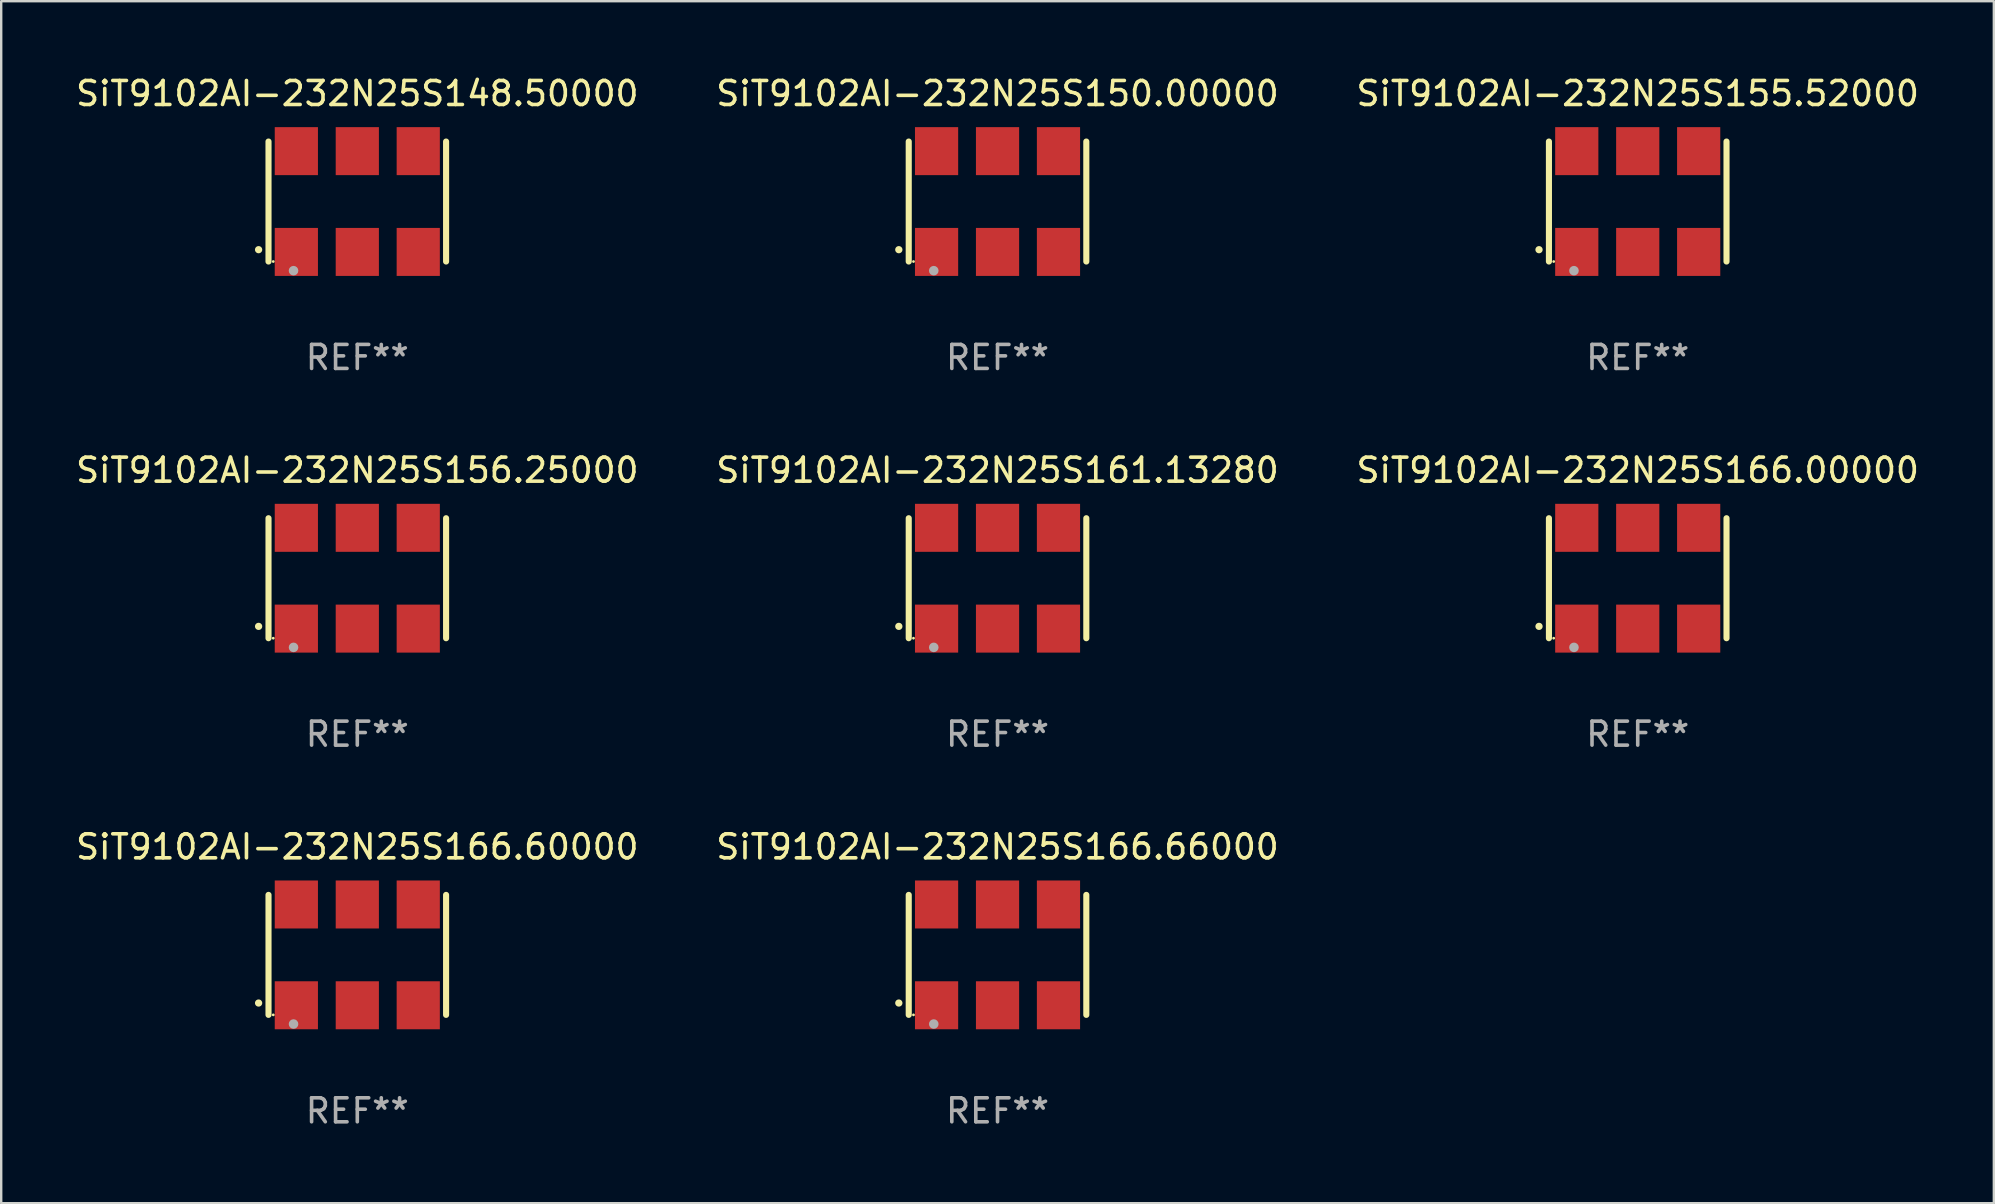
<source format=kicad_pcb>
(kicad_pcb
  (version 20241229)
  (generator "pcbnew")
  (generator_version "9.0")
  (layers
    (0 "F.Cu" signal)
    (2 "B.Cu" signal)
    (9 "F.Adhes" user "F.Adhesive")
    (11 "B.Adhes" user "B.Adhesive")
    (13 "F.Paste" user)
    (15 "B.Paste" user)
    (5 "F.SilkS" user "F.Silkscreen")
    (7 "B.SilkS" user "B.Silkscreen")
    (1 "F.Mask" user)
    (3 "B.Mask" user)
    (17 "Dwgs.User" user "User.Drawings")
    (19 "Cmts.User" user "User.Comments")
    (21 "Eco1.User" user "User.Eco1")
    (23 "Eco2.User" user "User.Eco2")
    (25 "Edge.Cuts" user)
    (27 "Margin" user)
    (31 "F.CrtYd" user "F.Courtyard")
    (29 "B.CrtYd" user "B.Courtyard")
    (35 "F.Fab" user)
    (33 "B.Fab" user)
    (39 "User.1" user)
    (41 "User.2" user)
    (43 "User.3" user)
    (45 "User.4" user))
  (footprint "SiT9102AI-232N25S161.13280"
    (layer "F.Cu")
    (at 38.518 21.045)
    (property "Reference" "SiT9102AI-232N25S161.13280" (at 0 -4.5 0) (layer "F.SilkS") (effects (font (size 1 1) (thickness 0.15))))
    (attr through_hole)
    (fp_line (start -3.7 -2.5) (end -3.7 2.5) (stroke (width 0.254) (type solid)) (layer "F.SilkS"))
    (fp_line (start 3.7 -2.5) (end 3.7 2.5) (stroke (width 0.254) (type solid)) (layer "F.SilkS"))
    (fp_arc (start -4.114415 2.006604) (mid -4.113145 2.006599) (end -4.111875 2.006604) (stroke (width 0.3) (type solid)) (layer "F.SilkS"))
    (fp_circle (center -3.502 2.5) (end -3.472 2.5) (stroke (width 0.06) (type solid)) (fill no) (layer "F.SilkS"))
    (fp_circle (center -2.657 2.882) (end -2.557 2.882) (stroke (width 0.2) (type solid)) (fill no) (layer "F.Fab"))
    (fp_text user "REF**" (at 0 6.5 0) (layer "F.Fab") (effects (font (size 1 1) (thickness 0.15))))
    (pad "1" smd rect (at -2.54 2.1) (size 1.8 2) (layers "F.Cu" "F.Mask" "F.Paste"))
    (pad "2" smd rect (at 0.000394 2.1) (size 1.8 2) (layers "F.Cu" "F.Mask" "F.Paste"))
    (pad "3" smd rect (at 2.54 2.1) (size 1.8 2) (layers "F.Cu" "F.Mask" "F.Paste"))
    (pad "4" smd rect (at 2.54 -2.1) (size 1.8 2) (layers "F.Cu" "F.Mask" "F.Paste"))
    (pad "5" smd rect (at 0.000394 -2.1) (size 1.8 2) (layers "F.Cu" "F.Mask" "F.Paste"))
    (pad "6" smd rect (at -2.54 -2.1) (size 1.8 2) (layers "F.Cu" "F.Mask" "F.Paste")))
  (footprint "SiT9102AI-232N25S148.50000"
    (layer "F.Cu")
    (at 11.839 5.348)
    (property "Reference" "SiT9102AI-232N25S148.50000" (at 0 -4.5 0) (layer "F.SilkS") (effects (font (size 1 1) (thickness 0.15))))
    (attr through_hole)
    (fp_line (start -3.7 -2.5) (end -3.7 2.5) (stroke (width 0.254) (type solid)) (layer "F.SilkS"))
    (fp_line (start 3.7 -2.5) (end 3.7 2.5) (stroke (width 0.254) (type solid)) (layer "F.SilkS"))
    (fp_arc (start -4.114415 2.006604) (mid -4.113145 2.006599) (end -4.111875 2.006604) (stroke (width 0.3) (type solid)) (layer "F.SilkS"))
    (fp_circle (center -3.502 2.5) (end -3.472 2.5) (stroke (width 0.06) (type solid)) (fill no) (layer "F.SilkS"))
    (fp_circle (center -2.657 2.882) (end -2.557 2.882) (stroke (width 0.2) (type solid)) (fill no) (layer "F.Fab"))
    (fp_text user "REF**" (at 0 6.5 0) (layer "F.Fab") (effects (font (size 1 1) (thickness 0.15))))
    (pad "1" smd rect (at -2.54 2.1) (size 1.8 2) (layers "F.Cu" "F.Mask" "F.Paste"))
    (pad "2" smd rect (at 0.000394 2.1) (size 1.8 2) (layers "F.Cu" "F.Mask" "F.Paste"))
    (pad "3" smd rect (at 2.54 2.1) (size 1.8 2) (layers "F.Cu" "F.Mask" "F.Paste"))
    (pad "4" smd rect (at 2.54 -2.1) (size 1.8 2) (layers "F.Cu" "F.Mask" "F.Paste"))
    (pad "5" smd rect (at 0.000394 -2.1) (size 1.8 2) (layers "F.Cu" "F.Mask" "F.Paste"))
    (pad "6" smd rect (at -2.54 -2.1) (size 1.8 2) (layers "F.Cu" "F.Mask" "F.Paste")))
  (footprint "SiT9102AI-232N25S166.66000"
    (layer "F.Cu")
    (at 38.518 36.741)
    (property "Reference" "SiT9102AI-232N25S166.66000" (at 0 -4.5 0) (layer "F.SilkS") (effects (font (size 1 1) (thickness 0.15))))
    (attr through_hole)
    (fp_line (start -3.7 -2.5) (end -3.7 2.5) (stroke (width 0.254) (type solid)) (layer "F.SilkS"))
    (fp_line (start 3.7 -2.5) (end 3.7 2.5) (stroke (width 0.254) (type solid)) (layer "F.SilkS"))
    (fp_arc (start -4.114415 2.006604) (mid -4.113145 2.006599) (end -4.111875 2.006604) (stroke (width 0.3) (type solid)) (layer "F.SilkS"))
    (fp_circle (center -3.502 2.5) (end -3.472 2.5) (stroke (width 0.06) (type solid)) (fill no) (layer "F.SilkS"))
    (fp_circle (center -2.657 2.882) (end -2.557 2.882) (stroke (width 0.2) (type solid)) (fill no) (layer "F.Fab"))
    (fp_text user "REF**" (at 0 6.5 0) (layer "F.Fab") (effects (font (size 1 1) (thickness 0.15))))
    (pad "1" smd rect (at -2.54 2.1) (size 1.8 2) (layers "F.Cu" "F.Mask" "F.Paste"))
    (pad "2" smd rect (at 0.000394 2.1) (size 1.8 2) (layers "F.Cu" "F.Mask" "F.Paste"))
    (pad "3" smd rect (at 2.54 2.1) (size 1.8 2) (layers "F.Cu" "F.Mask" "F.Paste"))
    (pad "4" smd rect (at 2.54 -2.1) (size 1.8 2) (layers "F.Cu" "F.Mask" "F.Paste"))
    (pad "5" smd rect (at 0.000394 -2.1) (size 1.8 2) (layers "F.Cu" "F.Mask" "F.Paste"))
    (pad "6" smd rect (at -2.54 -2.1) (size 1.8 2) (layers "F.Cu" "F.Mask" "F.Paste")))
  (footprint "SiT9102AI-232N25S166.00000"
    (layer "F.Cu")
    (at 65.196 21.045)
    (property "Reference" "SiT9102AI-232N25S166.00000" (at 0 -4.5 0) (layer "F.SilkS") (effects (font (size 1 1) (thickness 0.15))))
    (attr through_hole)
    (fp_line (start -3.7 -2.5) (end -3.7 2.5) (stroke (width 0.254) (type solid)) (layer "F.SilkS"))
    (fp_line (start 3.7 -2.5) (end 3.7 2.5) (stroke (width 0.254) (type solid)) (layer "F.SilkS"))
    (fp_arc (start -4.114415 2.006604) (mid -4.113145 2.006599) (end -4.111875 2.006604) (stroke (width 0.3) (type solid)) (layer "F.SilkS"))
    (fp_circle (center -3.502 2.5) (end -3.472 2.5) (stroke (width 0.06) (type solid)) (fill no) (layer "F.SilkS"))
    (fp_circle (center -2.657 2.882) (end -2.557 2.882) (stroke (width 0.2) (type solid)) (fill no) (layer "F.Fab"))
    (fp_text user "REF**" (at 0 6.5 0) (layer "F.Fab") (effects (font (size 1 1) (thickness 0.15))))
    (pad "1" smd rect (at -2.54 2.1) (size 1.8 2) (layers "F.Cu" "F.Mask" "F.Paste"))
    (pad "2" smd rect (at 0.000394 2.1) (size 1.8 2) (layers "F.Cu" "F.Mask" "F.Paste"))
    (pad "3" smd rect (at 2.54 2.1) (size 1.8 2) (layers "F.Cu" "F.Mask" "F.Paste"))
    (pad "4" smd rect (at 2.54 -2.1) (size 1.8 2) (layers "F.Cu" "F.Mask" "F.Paste"))
    (pad "5" smd rect (at 0.000394 -2.1) (size 1.8 2) (layers "F.Cu" "F.Mask" "F.Paste"))
    (pad "6" smd rect (at -2.54 -2.1) (size 1.8 2) (layers "F.Cu" "F.Mask" "F.Paste")))
  (footprint "SiT9102AI-232N25S166.60000"
    (layer "F.Cu")
    (at 11.839 36.741)
    (property "Reference" "SiT9102AI-232N25S166.60000" (at 0 -4.5 0) (layer "F.SilkS") (effects (font (size 1 1) (thickness 0.15))))
    (attr through_hole)
    (fp_line (start -3.7 -2.5) (end -3.7 2.5) (stroke (width 0.254) (type solid)) (layer "F.SilkS"))
    (fp_line (start 3.7 -2.5) (end 3.7 2.5) (stroke (width 0.254) (type solid)) (layer "F.SilkS"))
    (fp_arc (start -4.114415 2.006604) (mid -4.113145 2.006599) (end -4.111875 2.006604) (stroke (width 0.3) (type solid)) (layer "F.SilkS"))
    (fp_circle (center -3.502 2.5) (end -3.472 2.5) (stroke (width 0.06) (type solid)) (fill no) (layer "F.SilkS"))
    (fp_circle (center -2.657 2.882) (end -2.557 2.882) (stroke (width 0.2) (type solid)) (fill no) (layer "F.Fab"))
    (fp_text user "REF**" (at 0 6.5 0) (layer "F.Fab") (effects (font (size 1 1) (thickness 0.15))))
    (pad "1" smd rect (at -2.54 2.1) (size 1.8 2) (layers "F.Cu" "F.Mask" "F.Paste"))
    (pad "2" smd rect (at 0.000394 2.1) (size 1.8 2) (layers "F.Cu" "F.Mask" "F.Paste"))
    (pad "3" smd rect (at 2.54 2.1) (size 1.8 2) (layers "F.Cu" "F.Mask" "F.Paste"))
    (pad "4" smd rect (at 2.54 -2.1) (size 1.8 2) (layers "F.Cu" "F.Mask" "F.Paste"))
    (pad "5" smd rect (at 0.000394 -2.1) (size 1.8 2) (layers "F.Cu" "F.Mask" "F.Paste"))
    (pad "6" smd rect (at -2.54 -2.1) (size 1.8 2) (layers "F.Cu" "F.Mask" "F.Paste")))
  (footprint "SiT9102AI-232N25S150.00000"
    (layer "F.Cu")
    (at 38.518 5.348)
    (property "Reference" "SiT9102AI-232N25S150.00000" (at 0 -4.5 0) (layer "F.SilkS") (effects (font (size 1 1) (thickness 0.15))))
    (attr through_hole)
    (fp_line (start -3.7 -2.5) (end -3.7 2.5) (stroke (width 0.254) (type solid)) (layer "F.SilkS"))
    (fp_line (start 3.7 -2.5) (end 3.7 2.5) (stroke (width 0.254) (type solid)) (layer "F.SilkS"))
    (fp_arc (start -4.114415 2.006604) (mid -4.113145 2.006599) (end -4.111875 2.006604) (stroke (width 0.3) (type solid)) (layer "F.SilkS"))
    (fp_circle (center -3.502 2.5) (end -3.472 2.5) (stroke (width 0.06) (type solid)) (fill no) (layer "F.SilkS"))
    (fp_circle (center -2.657 2.882) (end -2.557 2.882) (stroke (width 0.2) (type solid)) (fill no) (layer "F.Fab"))
    (fp_text user "REF**" (at 0 6.5 0) (layer "F.Fab") (effects (font (size 1 1) (thickness 0.15))))
    (pad "1" smd rect (at -2.54 2.1) (size 1.8 2) (layers "F.Cu" "F.Mask" "F.Paste"))
    (pad "2" smd rect (at 0.000394 2.1) (size 1.8 2) (layers "F.Cu" "F.Mask" "F.Paste"))
    (pad "3" smd rect (at 2.54 2.1) (size 1.8 2) (layers "F.Cu" "F.Mask" "F.Paste"))
    (pad "4" smd rect (at 2.54 -2.1) (size 1.8 2) (layers "F.Cu" "F.Mask" "F.Paste"))
    (pad "5" smd rect (at 0.000394 -2.1) (size 1.8 2) (layers "F.Cu" "F.Mask" "F.Paste"))
    (pad "6" smd rect (at -2.54 -2.1) (size 1.8 2) (layers "F.Cu" "F.Mask" "F.Paste")))
  (footprint "SiT9102AI-232N25S156.25000"
    (layer "F.Cu")
    (at 11.839 21.045)
    (property "Reference" "SiT9102AI-232N25S156.25000" (at 0 -4.5 0) (layer "F.SilkS") (effects (font (size 1 1) (thickness 0.15))))
    (attr through_hole)
    (fp_line (start -3.7 -2.5) (end -3.7 2.5) (stroke (width 0.254) (type solid)) (layer "F.SilkS"))
    (fp_line (start 3.7 -2.5) (end 3.7 2.5) (stroke (width 0.254) (type solid)) (layer "F.SilkS"))
    (fp_arc (start -4.114415 2.006604) (mid -4.113145 2.006599) (end -4.111875 2.006604) (stroke (width 0.3) (type solid)) (layer "F.SilkS"))
    (fp_circle (center -3.502 2.5) (end -3.472 2.5) (stroke (width 0.06) (type solid)) (fill no) (layer "F.SilkS"))
    (fp_circle (center -2.657 2.882) (end -2.557 2.882) (stroke (width 0.2) (type solid)) (fill no) (layer "F.Fab"))
    (fp_text user "REF**" (at 0 6.5 0) (layer "F.Fab") (effects (font (size 1 1) (thickness 0.15))))
    (pad "1" smd rect (at -2.54 2.1) (size 1.8 2) (layers "F.Cu" "F.Mask" "F.Paste"))
    (pad "2" smd rect (at 0.000394 2.1) (size 1.8 2) (layers "F.Cu" "F.Mask" "F.Paste"))
    (pad "3" smd rect (at 2.54 2.1) (size 1.8 2) (layers "F.Cu" "F.Mask" "F.Paste"))
    (pad "4" smd rect (at 2.54 -2.1) (size 1.8 2) (layers "F.Cu" "F.Mask" "F.Paste"))
    (pad "5" smd rect (at 0.000394 -2.1) (size 1.8 2) (layers "F.Cu" "F.Mask" "F.Paste"))
    (pad "6" smd rect (at -2.54 -2.1) (size 1.8 2) (layers "F.Cu" "F.Mask" "F.Paste")))
  (footprint "SiT9102AI-232N25S155.52000"
    (layer "F.Cu")
    (at 65.196 5.348)
    (property "Reference" "SiT9102AI-232N25S155.52000" (at 0 -4.5 0) (layer "F.SilkS") (effects (font (size 1 1) (thickness 0.15))))
    (attr through_hole)
    (fp_line (start -3.7 -2.5) (end -3.7 2.5) (stroke (width 0.254) (type solid)) (layer "F.SilkS"))
    (fp_line (start 3.7 -2.5) (end 3.7 2.5) (stroke (width 0.254) (type solid)) (layer "F.SilkS"))
    (fp_arc (start -4.114415 2.006604) (mid -4.113145 2.006599) (end -4.111875 2.006604) (stroke (width 0.3) (type solid)) (layer "F.SilkS"))
    (fp_circle (center -3.502 2.5) (end -3.472 2.5) (stroke (width 0.06) (type solid)) (fill no) (layer "F.SilkS"))
    (fp_circle (center -2.657 2.882) (end -2.557 2.882) (stroke (width 0.2) (type solid)) (fill no) (layer "F.Fab"))
    (fp_text user "REF**" (at 0 6.5 0) (layer "F.Fab") (effects (font (size 1 1) (thickness 0.15))))
    (pad "1" smd rect (at -2.54 2.1) (size 1.8 2) (layers "F.Cu" "F.Mask" "F.Paste"))
    (pad "2" smd rect (at 0.000394 2.1) (size 1.8 2) (layers "F.Cu" "F.Mask" "F.Paste"))
    (pad "3" smd rect (at 2.54 2.1) (size 1.8 2) (layers "F.Cu" "F.Mask" "F.Paste"))
    (pad "4" smd rect (at 2.54 -2.1) (size 1.8 2) (layers "F.Cu" "F.Mask" "F.Paste"))
    (pad "5" smd rect (at 0.000394 -2.1) (size 1.8 2) (layers "F.Cu" "F.Mask" "F.Paste"))
    (pad "6" smd rect (at -2.54 -2.1) (size 1.8 2) (layers "F.Cu" "F.Mask" "F.Paste")))
  (gr_rect
    (start -3 -3)
    (end 80.036 47.09)
    (stroke (width 0.1) (type default))
    (fill no)
    (layer "Edge.Cuts")))
</source>
